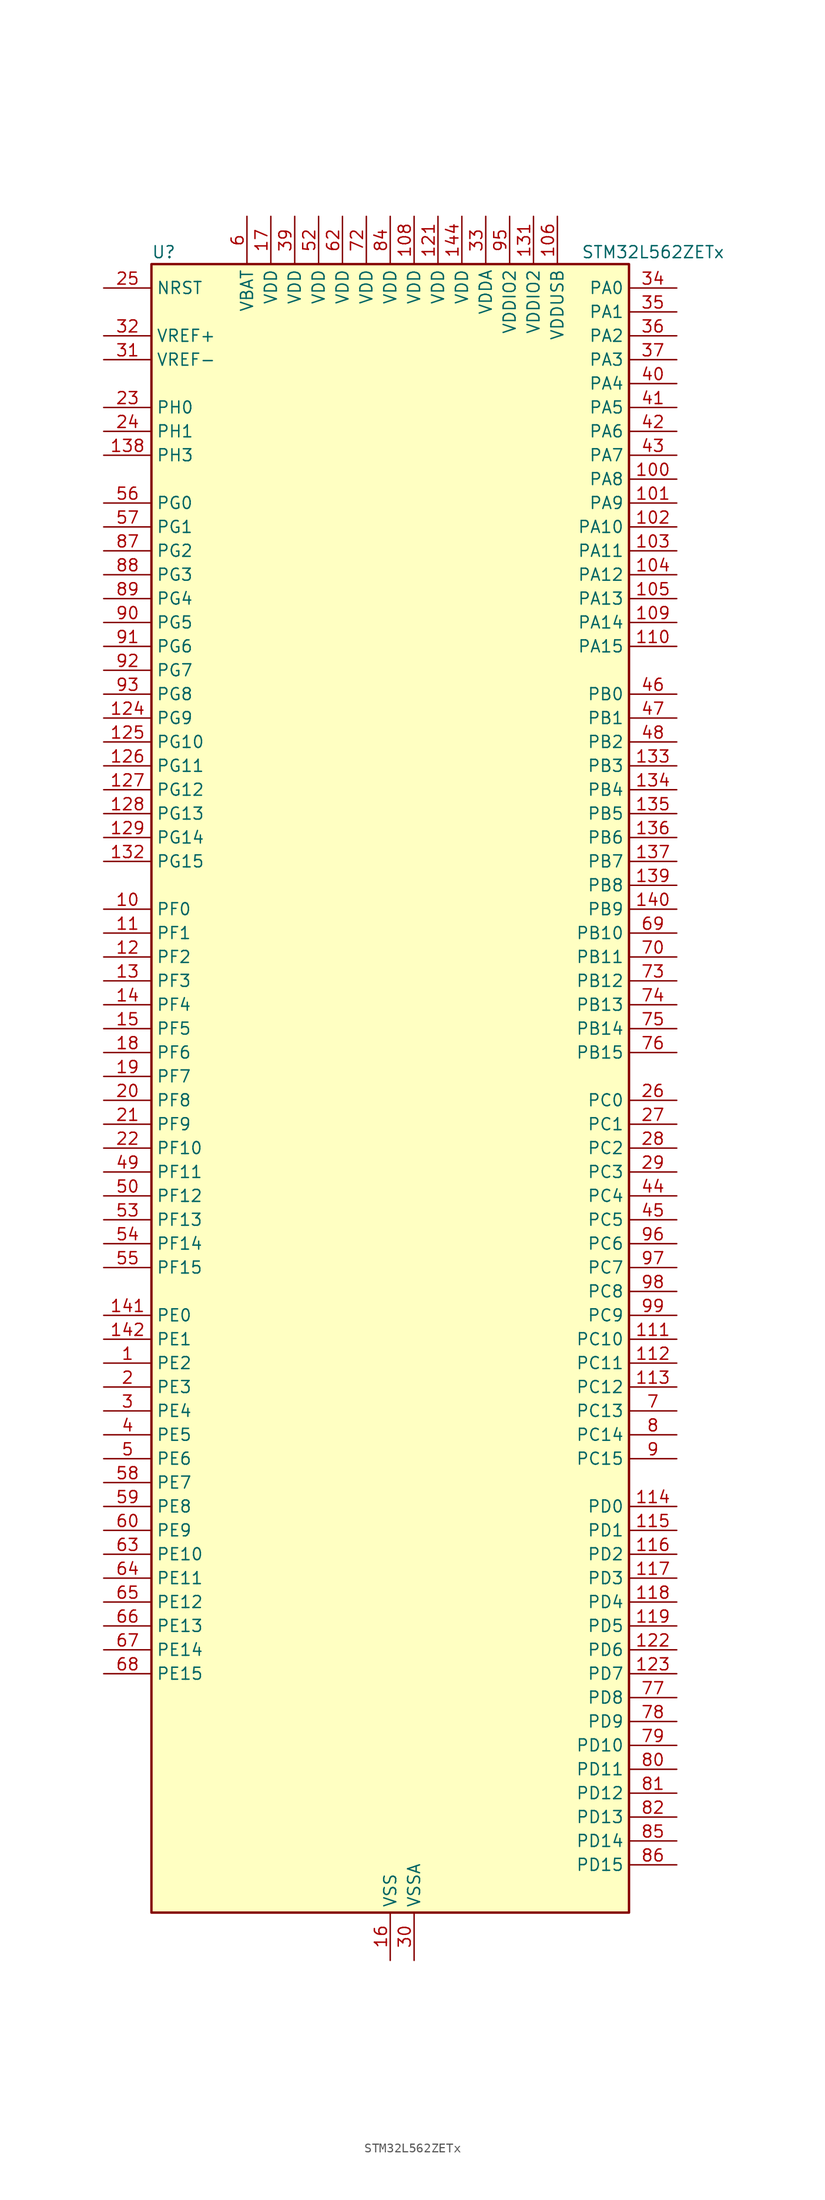
<source format=kicad_sym>
(kicad_symbol_lib
  (version 20220914)
  (generator kicad_symbol_editor)
  (symbol "STM32L562ZETx"
    (property "Reference" "U"
      (at -25.4 90.17 0)
      (effects (font (size 1.27 1.27)) (justify left)))
    (property "Value" "STM32L562ZETx"
      (at 20.32 90.17 0)
      (effects (font (size 1.27 1.27)) (justify left)))
    (property "ki_locked" ""
      (at 0 0 0)
      (effects (font (size 1.27 1.27))))
    (symbol "STM32L562ZETx_0_1"
      (rectangle (start -25.4 -86.36) (end 25.4 88.9) (stroke (width 0.254) (type default)) (fill (type background))))
    (symbol "STM32L562ZETx_1_1"
      (pin bidirectional line (at -30.48 -27.94 0) (length 5.08) (name "PE2" (effects (font (size 1.27 1.27)))) (number "1" (effects (font (size 1.27 1.27)))) (alternate "DEBUG_TRACECLK" bidirectional line) (alternate "FMC_A23" bidirectional line) (alternate "SAI1_CK1" bidirectional line) (alternate "SAI1_MCLK_A" bidirectional line) (alternate "TIM3_ETR" bidirectional line) (alternate "TSC_G7_IO1" bidirectional line))
      (pin bidirectional line (at -30.48 20.32 0) (length 5.08) (name "PF0" (effects (font (size 1.27 1.27)))) (number "10" (effects (font (size 1.27 1.27)))) (alternate "FMC_A0" bidirectional line) (alternate "I2C2_SDA" bidirectional line))
      (pin bidirectional line (at 30.48 66.04 180) (length 5.08) (name "PA8" (effects (font (size 1.27 1.27)))) (number "100" (effects (font (size 1.27 1.27)))) (alternate "LPTIM2_OUT" bidirectional line) (alternate "RCC_MCO" bidirectional line) (alternate "SAI1_CK2" bidirectional line) (alternate "SAI1_SCK_A" bidirectional line) (alternate "TIM1_CH1" bidirectional line) (alternate "USART1_CK" bidirectional line))
      (pin bidirectional line (at 30.48 63.5 180) (length 5.08) (name "PA9" (effects (font (size 1.27 1.27)))) (number "101" (effects (font (size 1.27 1.27)))) (alternate "DAC1_EXTI9" bidirectional line) (alternate "SAI1_FS_A" bidirectional line) (alternate "SPI2_SCK" bidirectional line) (alternate "TIM15_BKIN" bidirectional line) (alternate "TIM1_CH2" bidirectional line) (alternate "USART1_TX" bidirectional line))
      (pin bidirectional line (at 30.48 60.96 180) (length 5.08) (name "PA10" (effects (font (size 1.27 1.27)))) (number "102" (effects (font (size 1.27 1.27)))) (alternate "CRS_SYNC" bidirectional line) (alternate "SAI1_D1" bidirectional line) (alternate "SAI1_SD_A" bidirectional line) (alternate "TIM17_BKIN" bidirectional line) (alternate "TIM1_CH3" bidirectional line) (alternate "USART1_RX" bidirectional line))
      (pin bidirectional line (at 30.48 58.42 180) (length 5.08) (name "PA11" (effects (font (size 1.27 1.27)))) (number "103" (effects (font (size 1.27 1.27)))) (alternate "ADC1_EXTI11" bidirectional line) (alternate "ADC2_EXTI11" bidirectional line) (alternate "FDCAN1_RX" bidirectional line) (alternate "SPI1_MISO" bidirectional line) (alternate "TIM1_BKIN2" bidirectional line) (alternate "TIM1_CH4" bidirectional line) (alternate "USART1_CTS" bidirectional line) (alternate "USART1_NSS" bidirectional line) (alternate "USB_DM" bidirectional line))
      (pin bidirectional line (at 30.48 55.88 180) (length 5.08) (name "PA12" (effects (font (size 1.27 1.27)))) (number "104" (effects (font (size 1.27 1.27)))) (alternate "FDCAN1_TX" bidirectional line) (alternate "SPI1_MOSI" bidirectional line) (alternate "TIM1_ETR" bidirectional line) (alternate "USART1_DE" bidirectional line) (alternate "USART1_RTS" bidirectional line) (alternate "USB_DP" bidirectional line))
      (pin bidirectional line (at 30.48 53.34 180) (length 5.08) (name "PA13" (effects (font (size 1.27 1.27)))) (number "105" (effects (font (size 1.27 1.27)))) (alternate "DEBUG_JTMS-SWDIO" bidirectional line) (alternate "IR_OUT" bidirectional line) (alternate "SAI1_SD_B" bidirectional line) (alternate "USB_NOE" bidirectional line))
      (pin power_in line (at 17.78 93.98 270) (length 5.08) (name "VDDUSB" (effects (font (size 1.27 1.27)))) (number "106" (effects (font (size 1.27 1.27)))))
      (pin passive line (at 0 -91.44 90) (length 5.08) hide (name "VSS" (effects (font (size 1.27 1.27)))) (number "107" (effects (font (size 1.27 1.27)))))
      (pin power_in line (at 2.54 93.98 270) (length 5.08) (name "VDD" (effects (font (size 1.27 1.27)))) (number "108" (effects (font (size 1.27 1.27)))))
      (pin bidirectional line (at 30.48 50.8 180) (length 5.08) (name "PA14" (effects (font (size 1.27 1.27)))) (number "109" (effects (font (size 1.27 1.27)))) (alternate "DEBUG_JTCK-SWCLK" bidirectional line) (alternate "I2C1_SMBA" bidirectional line) (alternate "I2C4_SMBA" bidirectional line) (alternate "LPTIM1_OUT" bidirectional line) (alternate "SAI1_FS_B" bidirectional line))
      (pin bidirectional line (at -30.48 17.78 0) (length 5.08) (name "PF1" (effects (font (size 1.27 1.27)))) (number "11" (effects (font (size 1.27 1.27)))) (alternate "FMC_A1" bidirectional line) (alternate "I2C2_SCL" bidirectional line))
      (pin bidirectional line (at 30.48 48.26 180) (length 5.08) (name "PA15" (effects (font (size 1.27 1.27)))) (number "110" (effects (font (size 1.27 1.27)))) (alternate "ADC1_EXTI15" bidirectional line) (alternate "ADC2_EXTI15" bidirectional line) (alternate "DEBUG_JTDI" bidirectional line) (alternate "SAI2_FS_B" bidirectional line) (alternate "SPI1_NSS" bidirectional line) (alternate "SPI3_NSS" bidirectional line) (alternate "TIM2_CH1" bidirectional line) (alternate "TIM2_ETR" bidirectional line) (alternate "UART4_DE" bidirectional line) (alternate "UART4_RTS" bidirectional line) (alternate "UCPD1_CC1" bidirectional line) (alternate "USART2_RX" bidirectional line) (alternate "USART3_DE" bidirectional line) (alternate "USART3_RTS" bidirectional line))
      (pin bidirectional line (at 30.48 -25.4 180) (length 5.08) (name "PC10" (effects (font (size 1.27 1.27)))) (number "111" (effects (font (size 1.27 1.27)))) (alternate "DEBUG_TRACED1" bidirectional line) (alternate "LPTIM3_ETR" bidirectional line) (alternate "SAI2_SCK_B" bidirectional line) (alternate "SDMMC1_D2" bidirectional line) (alternate "SPI3_SCK" bidirectional line) (alternate "TSC_G3_IO2" bidirectional line) (alternate "UART4_TX" bidirectional line) (alternate "USART3_TX" bidirectional line))
      (pin bidirectional line (at 30.48 -27.94 180) (length 5.08) (name "PC11" (effects (font (size 1.27 1.27)))) (number "112" (effects (font (size 1.27 1.27)))) (alternate "ADC1_EXTI11" bidirectional line) (alternate "ADC2_EXTI11" bidirectional line) (alternate "LPTIM3_IN1" bidirectional line) (alternate "OCTOSPI1_NCS" bidirectional line) (alternate "SAI2_MCLK_B" bidirectional line) (alternate "SDMMC1_D3" bidirectional line) (alternate "SPI3_MISO" bidirectional line) (alternate "TSC_G3_IO3" bidirectional line) (alternate "UART4_RX" bidirectional line) (alternate "UCPD1_FRSTX2" bidirectional line) (alternate "USART3_RX" bidirectional line))
      (pin bidirectional line (at 30.48 -30.48 180) (length 5.08) (name "PC12" (effects (font (size 1.27 1.27)))) (number "113" (effects (font (size 1.27 1.27)))) (alternate "DEBUG_TRACED3" bidirectional line) (alternate "SAI2_SD_B" bidirectional line) (alternate "SDMMC1_CK" bidirectional line) (alternate "SPI3_MOSI" bidirectional line) (alternate "TSC_G3_IO4" bidirectional line) (alternate "UART5_TX" bidirectional line) (alternate "USART3_CK" bidirectional line))
      (pin bidirectional line (at 30.48 -43.18 180) (length 5.08) (name "PD0" (effects (font (size 1.27 1.27)))) (number "114" (effects (font (size 1.27 1.27)))) (alternate "FDCAN1_RX" bidirectional line) (alternate "FMC_D2" bidirectional line) (alternate "FMC_DA2" bidirectional line) (alternate "SPI2_NSS" bidirectional line))
      (pin bidirectional line (at 30.48 -45.72 180) (length 5.08) (name "PD1" (effects (font (size 1.27 1.27)))) (number "115" (effects (font (size 1.27 1.27)))) (alternate "FDCAN1_TX" bidirectional line) (alternate "FMC_D3" bidirectional line) (alternate "FMC_DA3" bidirectional line) (alternate "SPI2_SCK" bidirectional line))
      (pin bidirectional line (at 30.48 -48.26 180) (length 5.08) (name "PD2" (effects (font (size 1.27 1.27)))) (number "116" (effects (font (size 1.27 1.27)))) (alternate "DEBUG_TRACED2" bidirectional line) (alternate "SDMMC1_CMD" bidirectional line) (alternate "TIM3_ETR" bidirectional line) (alternate "TSC_SYNC" bidirectional line) (alternate "UART5_RX" bidirectional line) (alternate "USART3_DE" bidirectional line) (alternate "USART3_RTS" bidirectional line))
      (pin bidirectional line (at 30.48 -50.8 180) (length 5.08) (name "PD3" (effects (font (size 1.27 1.27)))) (number "117" (effects (font (size 1.27 1.27)))) (alternate "DFSDM1_DATIN0" bidirectional line) (alternate "FMC_CLK" bidirectional line) (alternate "SPI2_MISO" bidirectional line) (alternate "SPI2_SCK" bidirectional line) (alternate "USART2_CTS" bidirectional line) (alternate "USART2_NSS" bidirectional line))
      (pin bidirectional line (at 30.48 -53.34 180) (length 5.08) (name "PD4" (effects (font (size 1.27 1.27)))) (number "118" (effects (font (size 1.27 1.27)))) (alternate "DFSDM1_CKIN0" bidirectional line) (alternate "FMC_NOE" bidirectional line) (alternate "OCTOSPI1_IO4" bidirectional line) (alternate "SPI2_MOSI" bidirectional line) (alternate "USART2_DE" bidirectional line) (alternate "USART2_RTS" bidirectional line))
      (pin bidirectional line (at 30.48 -55.88 180) (length 5.08) (name "PD5" (effects (font (size 1.27 1.27)))) (number "119" (effects (font (size 1.27 1.27)))) (alternate "FMC_NWE" bidirectional line) (alternate "OCTOSPI1_IO5" bidirectional line) (alternate "USART2_TX" bidirectional line))
      (pin bidirectional line (at -30.48 15.24 0) (length 5.08) (name "PF2" (effects (font (size 1.27 1.27)))) (number "12" (effects (font (size 1.27 1.27)))) (alternate "FMC_A2" bidirectional line) (alternate "I2C2_SMBA" bidirectional line))
      (pin passive line (at 0 -91.44 90) (length 5.08) hide (name "VSS" (effects (font (size 1.27 1.27)))) (number "120" (effects (font (size 1.27 1.27)))))
      (pin power_in line (at 5.08 93.98 270) (length 5.08) (name "VDD" (effects (font (size 1.27 1.27)))) (number "121" (effects (font (size 1.27 1.27)))))
      (pin bidirectional line (at 30.48 -58.42 180) (length 5.08) (name "PD6" (effects (font (size 1.27 1.27)))) (number "122" (effects (font (size 1.27 1.27)))) (alternate "DFSDM1_DATIN1" bidirectional line) (alternate "FMC_NWAIT" bidirectional line) (alternate "OCTOSPI1_IO6" bidirectional line) (alternate "SAI1_D1" bidirectional line) (alternate "SAI1_SD_A" bidirectional line) (alternate "SPI3_MOSI" bidirectional line) (alternate "USART2_RX" bidirectional line))
      (pin bidirectional line (at 30.48 -60.96 180) (length 5.08) (name "PD7" (effects (font (size 1.27 1.27)))) (number "123" (effects (font (size 1.27 1.27)))) (alternate "DFSDM1_CKIN1" bidirectional line) (alternate "FMC_NCE" bidirectional line) (alternate "FMC_NE1" bidirectional line) (alternate "OCTOSPI1_IO7" bidirectional line) (alternate "USART2_CK" bidirectional line))
      (pin bidirectional line (at -30.48 40.64 0) (length 5.08) (name "PG9" (effects (font (size 1.27 1.27)))) (number "124" (effects (font (size 1.27 1.27)))) (alternate "DAC1_EXTI9" bidirectional line) (alternate "FMC_NCE" bidirectional line) (alternate "FMC_NE2" bidirectional line) (alternate "SAI2_SCK_A" bidirectional line) (alternate "SPI3_SCK" bidirectional line) (alternate "TIM15_CH1N" bidirectional line) (alternate "USART1_TX" bidirectional line))
      (pin bidirectional line (at -30.48 38.1 0) (length 5.08) (name "PG10" (effects (font (size 1.27 1.27)))) (number "125" (effects (font (size 1.27 1.27)))) (alternate "FMC_NE3" bidirectional line) (alternate "LPTIM1_IN1" bidirectional line) (alternate "SAI2_FS_A" bidirectional line) (alternate "SPI3_MISO" bidirectional line) (alternate "TIM15_CH1" bidirectional line) (alternate "USART1_RX" bidirectional line))
      (pin bidirectional line (at -30.48 35.56 0) (length 5.08) (name "PG11" (effects (font (size 1.27 1.27)))) (number "126" (effects (font (size 1.27 1.27)))) (alternate "ADC1_EXTI11" bidirectional line) (alternate "ADC2_EXTI11" bidirectional line) (alternate "LPTIM1_IN2" bidirectional line) (alternate "OCTOSPI1_IO5" bidirectional line) (alternate "SAI2_MCLK_A" bidirectional line) (alternate "SPI3_MOSI" bidirectional line) (alternate "TIM15_CH2" bidirectional line) (alternate "USART1_CTS" bidirectional line) (alternate "USART1_NSS" bidirectional line))
      (pin bidirectional line (at -30.48 33.02 0) (length 5.08) (name "PG12" (effects (font (size 1.27 1.27)))) (number "127" (effects (font (size 1.27 1.27)))) (alternate "FMC_NE4" bidirectional line) (alternate "LPTIM1_ETR" bidirectional line) (alternate "SAI2_SD_A" bidirectional line) (alternate "SPI3_NSS" bidirectional line) (alternate "USART1_DE" bidirectional line) (alternate "USART1_RTS" bidirectional line))
      (pin bidirectional line (at -30.48 30.48 0) (length 5.08) (name "PG13" (effects (font (size 1.27 1.27)))) (number "128" (effects (font (size 1.27 1.27)))) (alternate "FMC_A24" bidirectional line) (alternate "I2C1_SDA" bidirectional line) (alternate "USART1_CK" bidirectional line))
      (pin bidirectional line (at -30.48 27.94 0) (length 5.08) (name "PG14" (effects (font (size 1.27 1.27)))) (number "129" (effects (font (size 1.27 1.27)))) (alternate "FMC_A25" bidirectional line) (alternate "I2C1_SCL" bidirectional line))
      (pin bidirectional line (at -30.48 12.7 0) (length 5.08) (name "PF3" (effects (font (size 1.27 1.27)))) (number "13" (effects (font (size 1.27 1.27)))) (alternate "FMC_A3" bidirectional line) (alternate "LPTIM3_IN1" bidirectional line))
      (pin passive line (at 0 -91.44 90) (length 5.08) hide (name "VSS" (effects (font (size 1.27 1.27)))) (number "130" (effects (font (size 1.27 1.27)))))
      (pin power_in line (at 15.24 93.98 270) (length 5.08) (name "VDDIO2" (effects (font (size 1.27 1.27)))) (number "131" (effects (font (size 1.27 1.27)))))
      (pin bidirectional line (at -30.48 25.4 0) (length 5.08) (name "PG15" (effects (font (size 1.27 1.27)))) (number "132" (effects (font (size 1.27 1.27)))) (alternate "ADC1_EXTI15" bidirectional line) (alternate "ADC2_EXTI15" bidirectional line) (alternate "I2C1_SMBA" bidirectional line) (alternate "LPTIM1_OUT" bidirectional line))
      (pin bidirectional line (at 30.48 35.56 180) (length 5.08) (name "PB3" (effects (font (size 1.27 1.27)))) (number "133" (effects (font (size 1.27 1.27)))) (alternate "COMP2_INM" bidirectional line) (alternate "CRS_SYNC" bidirectional line) (alternate "DEBUG_JTDO-SWO" bidirectional line) (alternate "SAI1_SCK_B" bidirectional line) (alternate "SPI1_SCK" bidirectional line) (alternate "SPI3_SCK" bidirectional line) (alternate "TIM2_CH2" bidirectional line) (alternate "USART1_DE" bidirectional line) (alternate "USART1_RTS" bidirectional line))
      (pin bidirectional line (at 30.48 33.02 180) (length 5.08) (name "PB4" (effects (font (size 1.27 1.27)))) (number "134" (effects (font (size 1.27 1.27)))) (alternate "COMP2_INP" bidirectional line) (alternate "DEBUG_JTRST" bidirectional line) (alternate "I2C3_SDA" bidirectional line) (alternate "SAI1_MCLK_B" bidirectional line) (alternate "SPI1_MISO" bidirectional line) (alternate "SPI3_MISO" bidirectional line) (alternate "TIM17_BKIN" bidirectional line) (alternate "TIM3_CH1" bidirectional line) (alternate "TSC_G2_IO1" bidirectional line) (alternate "UART5_DE" bidirectional line) (alternate "UART5_RTS" bidirectional line) (alternate "USART1_CTS" bidirectional line) (alternate "USART1_NSS" bidirectional line))
      (pin bidirectional line (at 30.48 30.48 180) (length 5.08) (name "PB5" (effects (font (size 1.27 1.27)))) (number "135" (effects (font (size 1.27 1.27)))) (alternate "COMP2_OUT" bidirectional line) (alternate "I2C1_SMBA" bidirectional line) (alternate "LPTIM1_IN1" bidirectional line) (alternate "OCTOSPI1_NCLK" bidirectional line) (alternate "SAI1_SD_B" bidirectional line) (alternate "SPI1_MOSI" bidirectional line) (alternate "SPI3_MOSI" bidirectional line) (alternate "TIM16_BKIN" bidirectional line) (alternate "TIM3_CH2" bidirectional line) (alternate "TSC_G2_IO2" bidirectional line) (alternate "UART5_CTS" bidirectional line) (alternate "UCPD1_DBCC1" bidirectional line) (alternate "USART1_CK" bidirectional line))
      (pin bidirectional line (at 30.48 27.94 180) (length 5.08) (name "PB6" (effects (font (size 1.27 1.27)))) (number "136" (effects (font (size 1.27 1.27)))) (alternate "COMP2_INP" bidirectional line) (alternate "I2C1_SCL" bidirectional line) (alternate "I2C4_SCL" bidirectional line) (alternate "LPTIM1_ETR" bidirectional line) (alternate "SAI1_FS_B" bidirectional line) (alternate "TIM16_CH1N" bidirectional line) (alternate "TIM4_CH1" bidirectional line) (alternate "TIM8_BKIN2" bidirectional line) (alternate "TSC_G2_IO3" bidirectional line) (alternate "USART1_TX" bidirectional line))
      (pin bidirectional line (at 30.48 25.4 180) (length 5.08) (name "PB7" (effects (font (size 1.27 1.27)))) (number "137" (effects (font (size 1.27 1.27)))) (alternate "COMP2_INM" bidirectional line) (alternate "FMC_NL" bidirectional line) (alternate "I2C1_SDA" bidirectional line) (alternate "I2C4_SDA" bidirectional line) (alternate "LPTIM1_IN2" bidirectional line) (alternate "PWR_PVD_IN" bidirectional line) (alternate "TIM17_CH1N" bidirectional line) (alternate "TIM4_CH2" bidirectional line) (alternate "TIM8_BKIN" bidirectional line) (alternate "TSC_G2_IO4" bidirectional line) (alternate "UART4_CTS" bidirectional line) (alternate "USART1_RX" bidirectional line))
      (pin bidirectional line (at -30.48 68.58 0) (length 5.08) (name "PH3" (effects (font (size 1.27 1.27)))) (number "138" (effects (font (size 1.27 1.27)))))
      (pin bidirectional line (at 30.48 22.86 180) (length 5.08) (name "PB8" (effects (font (size 1.27 1.27)))) (number "139" (effects (font (size 1.27 1.27)))) (alternate "DFSDM1_CKOUT" bidirectional line) (alternate "FDCAN1_RX" bidirectional line) (alternate "I2C1_SCL" bidirectional line) (alternate "SAI1_CK1" bidirectional line) (alternate "SAI1_MCLK_A" bidirectional line) (alternate "SDMMC1_CKIN" bidirectional line) (alternate "SDMMC1_D4" bidirectional line) (alternate "TIM16_CH1" bidirectional line) (alternate "TIM4_CH3" bidirectional line))
      (pin bidirectional line (at -30.48 10.16 0) (length 5.08) (name "PF4" (effects (font (size 1.27 1.27)))) (number "14" (effects (font (size 1.27 1.27)))) (alternate "FMC_A4" bidirectional line) (alternate "LPTIM3_ETR" bidirectional line))
      (pin bidirectional line (at 30.48 20.32 180) (length 5.08) (name "PB9" (effects (font (size 1.27 1.27)))) (number "140" (effects (font (size 1.27 1.27)))) (alternate "DAC1_EXTI9" bidirectional line) (alternate "FDCAN1_TX" bidirectional line) (alternate "I2C1_SDA" bidirectional line) (alternate "IR_OUT" bidirectional line) (alternate "SAI1_D2" bidirectional line) (alternate "SAI1_FS_A" bidirectional line) (alternate "SDMMC1_CDIR" bidirectional line) (alternate "SDMMC1_D5" bidirectional line) (alternate "SPI2_NSS" bidirectional line) (alternate "TIM17_CH1" bidirectional line) (alternate "TIM4_CH4" bidirectional line))
      (pin bidirectional line (at -30.48 -22.86 0) (length 5.08) (name "PE0" (effects (font (size 1.27 1.27)))) (number "141" (effects (font (size 1.27 1.27)))) (alternate "FMC_NBL0" bidirectional line) (alternate "TIM16_CH1" bidirectional line) (alternate "TIM4_ETR" bidirectional line))
      (pin bidirectional line (at -30.48 -25.4 0) (length 5.08) (name "PE1" (effects (font (size 1.27 1.27)))) (number "142" (effects (font (size 1.27 1.27)))) (alternate "FMC_NBL1" bidirectional line) (alternate "TIM17_CH1" bidirectional line))
      (pin passive line (at 0 -91.44 90) (length 5.08) hide (name "VSS" (effects (font (size 1.27 1.27)))) (number "143" (effects (font (size 1.27 1.27)))))
      (pin power_in line (at 7.62 93.98 270) (length 5.08) (name "VDD" (effects (font (size 1.27 1.27)))) (number "144" (effects (font (size 1.27 1.27)))))
      (pin bidirectional line (at -30.48 7.62 0) (length 5.08) (name "PF5" (effects (font (size 1.27 1.27)))) (number "15" (effects (font (size 1.27 1.27)))) (alternate "FMC_A5" bidirectional line) (alternate "LPTIM3_OUT" bidirectional line))
      (pin power_in line (at 0 -91.44 90) (length 5.08) (name "VSS" (effects (font (size 1.27 1.27)))) (number "16" (effects (font (size 1.27 1.27)))))
      (pin power_in line (at -12.7 93.98 270) (length 5.08) (name "VDD" (effects (font (size 1.27 1.27)))) (number "17" (effects (font (size 1.27 1.27)))))
      (pin bidirectional line (at -30.48 5.08 0) (length 5.08) (name "PF6" (effects (font (size 1.27 1.27)))) (number "18" (effects (font (size 1.27 1.27)))) (alternate "OCTOSPI1_IO3" bidirectional line) (alternate "SAI1_SD_B" bidirectional line) (alternate "TIM5_CH1" bidirectional line) (alternate "TIM5_ETR" bidirectional line))
      (pin bidirectional line (at -30.48 2.54 0) (length 5.08) (name "PF7" (effects (font (size 1.27 1.27)))) (number "19" (effects (font (size 1.27 1.27)))) (alternate "OCTOSPI1_IO2" bidirectional line) (alternate "SAI1_MCLK_B" bidirectional line) (alternate "TAMP_IN6" bidirectional line) (alternate "TAMP_OUT3" bidirectional line) (alternate "TIM5_CH2" bidirectional line))
      (pin bidirectional line (at -30.48 -30.48 0) (length 5.08) (name "PE3" (effects (font (size 1.27 1.27)))) (number "2" (effects (font (size 1.27 1.27)))) (alternate "DEBUG_TRACED0" bidirectional line) (alternate "FMC_A19" bidirectional line) (alternate "OCTOSPI1_DQS" bidirectional line) (alternate "SAI1_SD_B" bidirectional line) (alternate "TIM3_CH1" bidirectional line) (alternate "TSC_G7_IO2" bidirectional line))
      (pin bidirectional line (at -30.48 0 0) (length 5.08) (name "PF8" (effects (font (size 1.27 1.27)))) (number "20" (effects (font (size 1.27 1.27)))) (alternate "OCTOSPI1_IO0" bidirectional line) (alternate "SAI1_SCK_B" bidirectional line) (alternate "TAMP_IN7" bidirectional line) (alternate "TAMP_OUT8" bidirectional line) (alternate "TIM5_CH3" bidirectional line))
      (pin bidirectional line (at -30.48 -2.54 0) (length 5.08) (name "PF9" (effects (font (size 1.27 1.27)))) (number "21" (effects (font (size 1.27 1.27)))) (alternate "DAC1_EXTI9" bidirectional line) (alternate "OCTOSPI1_IO1" bidirectional line) (alternate "SAI1_FS_B" bidirectional line) (alternate "TAMP_IN8" bidirectional line) (alternate "TAMP_OUT7" bidirectional line) (alternate "TIM15_CH1" bidirectional line) (alternate "TIM5_CH4" bidirectional line))
      (pin bidirectional line (at -30.48 -5.08 0) (length 5.08) (name "PF10" (effects (font (size 1.27 1.27)))) (number "22" (effects (font (size 1.27 1.27)))) (alternate "DFSDM1_CKOUT" bidirectional line) (alternate "OCTOSPI1_CLK" bidirectional line) (alternate "SAI1_D3" bidirectional line) (alternate "TIM15_CH2" bidirectional line))
      (pin bidirectional line (at -30.48 73.66 0) (length 5.08) (name "PH0" (effects (font (size 1.27 1.27)))) (number "23" (effects (font (size 1.27 1.27)))) (alternate "RCC_OSC_IN" bidirectional line))
      (pin bidirectional line (at -30.48 71.12 0) (length 5.08) (name "PH1" (effects (font (size 1.27 1.27)))) (number "24" (effects (font (size 1.27 1.27)))) (alternate "RCC_OSC_OUT" bidirectional line))
      (pin input line (at -30.48 86.36 0) (length 5.08) (name "NRST" (effects (font (size 1.27 1.27)))) (number "25" (effects (font (size 1.27 1.27)))))
      (pin bidirectional line (at 30.48 0 180) (length 5.08) (name "PC0" (effects (font (size 1.27 1.27)))) (number "26" (effects (font (size 1.27 1.27)))) (alternate "ADC1_IN1" bidirectional line) (alternate "ADC2_IN1" bidirectional line) (alternate "I2C3_SCL" bidirectional line) (alternate "LPTIM1_IN1" bidirectional line) (alternate "LPTIM2_IN1" bidirectional line) (alternate "LPUART1_RX" bidirectional line) (alternate "OCTOSPI1_IO7" bidirectional line) (alternate "SAI2_FS_A" bidirectional line) (alternate "SDMMC1_D5" bidirectional line))
      (pin bidirectional line (at 30.48 -2.54 180) (length 5.08) (name "PC1" (effects (font (size 1.27 1.27)))) (number "27" (effects (font (size 1.27 1.27)))) (alternate "ADC1_IN2" bidirectional line) (alternate "ADC2_IN2" bidirectional line) (alternate "DEBUG_TRACED0" bidirectional line) (alternate "I2C3_SDA" bidirectional line) (alternate "LPTIM1_OUT" bidirectional line) (alternate "LPUART1_TX" bidirectional line) (alternate "OCTOSPI1_IO4" bidirectional line) (alternate "SAI1_SD_A" bidirectional line) (alternate "SPI2_MOSI" bidirectional line))
      (pin bidirectional line (at 30.48 -5.08 180) (length 5.08) (name "PC2" (effects (font (size 1.27 1.27)))) (number "28" (effects (font (size 1.27 1.27)))) (alternate "ADC1_IN3" bidirectional line) (alternate "ADC2_IN3" bidirectional line) (alternate "DFSDM1_CKOUT" bidirectional line) (alternate "LPTIM1_IN2" bidirectional line) (alternate "OCTOSPI1_IO5" bidirectional line) (alternate "SPI2_MISO" bidirectional line))
      (pin bidirectional line (at 30.48 -7.62 180) (length 5.08) (name "PC3" (effects (font (size 1.27 1.27)))) (number "29" (effects (font (size 1.27 1.27)))) (alternate "ADC1_IN4" bidirectional line) (alternate "ADC2_IN4" bidirectional line) (alternate "LPTIM1_ETR" bidirectional line) (alternate "LPTIM2_ETR" bidirectional line) (alternate "LPTIM3_OUT" bidirectional line) (alternate "OCTOSPI1_IO6" bidirectional line) (alternate "SAI1_D1" bidirectional line) (alternate "SAI1_SD_A" bidirectional line) (alternate "SPI2_MOSI" bidirectional line))
      (pin bidirectional line (at -30.48 -33.02 0) (length 5.08) (name "PE4" (effects (font (size 1.27 1.27)))) (number "3" (effects (font (size 1.27 1.27)))) (alternate "DEBUG_TRACED1" bidirectional line) (alternate "DFSDM1_DATIN3" bidirectional line) (alternate "FMC_A20" bidirectional line) (alternate "SAI1_D2" bidirectional line) (alternate "SAI1_FS_A" bidirectional line) (alternate "TIM3_CH2" bidirectional line) (alternate "TSC_G7_IO3" bidirectional line))
      (pin power_in line (at 2.54 -91.44 90) (length 5.08) (name "VSSA" (effects (font (size 1.27 1.27)))) (number "30" (effects (font (size 1.27 1.27)))))
      (pin input line (at -30.48 78.74 0) (length 5.08) (name "VREF-" (effects (font (size 1.27 1.27)))) (number "31" (effects (font (size 1.27 1.27)))))
      (pin input line (at -30.48 81.28 0) (length 5.08) (name "VREF+" (effects (font (size 1.27 1.27)))) (number "32" (effects (font (size 1.27 1.27)))))
      (pin power_in line (at 10.16 93.98 270) (length 5.08) (name "VDDA" (effects (font (size 1.27 1.27)))) (number "33" (effects (font (size 1.27 1.27)))))
      (pin bidirectional line (at 30.48 86.36 180) (length 5.08) (name "PA0" (effects (font (size 1.27 1.27)))) (number "34" (effects (font (size 1.27 1.27)))) (alternate "ADC1_IN5" bidirectional line) (alternate "ADC2_IN5" bidirectional line) (alternate "OPAMP1_VINP" bidirectional line) (alternate "PWR_WKUP1" bidirectional line) (alternate "SAI1_EXTCLK" bidirectional line) (alternate "TAMP_IN2" bidirectional line) (alternate "TAMP_OUT1" bidirectional line) (alternate "TIM2_CH1" bidirectional line) (alternate "TIM2_ETR" bidirectional line) (alternate "TIM5_CH1" bidirectional line) (alternate "TIM8_ETR" bidirectional line) (alternate "UART4_TX" bidirectional line) (alternate "USART2_CTS" bidirectional line) (alternate "USART2_NSS" bidirectional line))
      (pin bidirectional line (at 30.48 83.82 180) (length 5.08) (name "PA1" (effects (font (size 1.27 1.27)))) (number "35" (effects (font (size 1.27 1.27)))) (alternate "ADC1_IN6" bidirectional line) (alternate "ADC2_IN6" bidirectional line) (alternate "I2C1_SMBA" bidirectional line) (alternate "OCTOSPI1_DQS" bidirectional line) (alternate "OPAMP1_VINM" bidirectional line) (alternate "SPI1_SCK" bidirectional line) (alternate "TAMP_IN5" bidirectional line) (alternate "TAMP_OUT4" bidirectional line) (alternate "TIM15_CH1N" bidirectional line) (alternate "TIM2_CH2" bidirectional line) (alternate "TIM5_CH2" bidirectional line) (alternate "UART4_RX" bidirectional line) (alternate "USART2_DE" bidirectional line) (alternate "USART2_RTS" bidirectional line))
      (pin bidirectional line (at 30.48 81.28 180) (length 5.08) (name "PA2" (effects (font (size 1.27 1.27)))) (number "36" (effects (font (size 1.27 1.27)))) (alternate "ADC1_IN7" bidirectional line) (alternate "ADC2_IN7" bidirectional line) (alternate "COMP1_INP" bidirectional line) (alternate "LPUART1_TX" bidirectional line) (alternate "OCTOSPI1_NCS" bidirectional line) (alternate "PWR_WKUP4" bidirectional line) (alternate "RCC_LSCO" bidirectional line) (alternate "SAI2_EXTCLK" bidirectional line) (alternate "TIM15_CH1" bidirectional line) (alternate "TIM2_CH3" bidirectional line) (alternate "TIM5_CH3" bidirectional line) (alternate "UCPD1_FRSTX1" bidirectional line) (alternate "USART2_TX" bidirectional line))
      (pin bidirectional line (at 30.48 78.74 180) (length 5.08) (name "PA3" (effects (font (size 1.27 1.27)))) (number "37" (effects (font (size 1.27 1.27)))) (alternate "ADC1_IN8" bidirectional line) (alternate "ADC2_IN8" bidirectional line) (alternate "LPUART1_RX" bidirectional line) (alternate "OCTOSPI1_CLK" bidirectional line) (alternate "OPAMP1_VOUT" bidirectional line) (alternate "SAI1_CK1" bidirectional line) (alternate "SAI1_MCLK_A" bidirectional line) (alternate "TIM15_CH2" bidirectional line) (alternate "TIM2_CH4" bidirectional line) (alternate "TIM5_CH4" bidirectional line) (alternate "USART2_RX" bidirectional line))
      (pin passive line (at 0 -91.44 90) (length 5.08) hide (name "VSS" (effects (font (size 1.27 1.27)))) (number "38" (effects (font (size 1.27 1.27)))))
      (pin power_in line (at -10.16 93.98 270) (length 5.08) (name "VDD" (effects (font (size 1.27 1.27)))) (number "39" (effects (font (size 1.27 1.27)))))
      (pin bidirectional line (at -30.48 -35.56 0) (length 5.08) (name "PE5" (effects (font (size 1.27 1.27)))) (number "4" (effects (font (size 1.27 1.27)))) (alternate "DEBUG_TRACED2" bidirectional line) (alternate "DFSDM1_CKIN3" bidirectional line) (alternate "FMC_A21" bidirectional line) (alternate "SAI1_CK2" bidirectional line) (alternate "SAI1_SCK_A" bidirectional line) (alternate "TIM3_CH3" bidirectional line) (alternate "TSC_G7_IO4" bidirectional line))
      (pin bidirectional line (at 30.48 76.2 180) (length 5.08) (name "PA4" (effects (font (size 1.27 1.27)))) (number "40" (effects (font (size 1.27 1.27)))) (alternate "ADC1_IN9" bidirectional line) (alternate "ADC2_IN9" bidirectional line) (alternate "DAC1_OUT1" bidirectional line) (alternate "LPTIM2_OUT" bidirectional line) (alternate "OCTOSPI1_NCS" bidirectional line) (alternate "SAI1_FS_B" bidirectional line) (alternate "SPI1_NSS" bidirectional line) (alternate "SPI3_NSS" bidirectional line) (alternate "USART2_CK" bidirectional line))
      (pin bidirectional line (at 30.48 73.66 180) (length 5.08) (name "PA5" (effects (font (size 1.27 1.27)))) (number "41" (effects (font (size 1.27 1.27)))) (alternate "ADC1_IN10" bidirectional line) (alternate "ADC2_IN10" bidirectional line) (alternate "DAC1_OUT2" bidirectional line) (alternate "LPTIM2_ETR" bidirectional line) (alternate "SPI1_SCK" bidirectional line) (alternate "TIM2_CH1" bidirectional line) (alternate "TIM2_ETR" bidirectional line) (alternate "TIM8_CH1N" bidirectional line))
      (pin bidirectional line (at 30.48 71.12 180) (length 5.08) (name "PA6" (effects (font (size 1.27 1.27)))) (number "42" (effects (font (size 1.27 1.27)))) (alternate "ADC1_IN11" bidirectional line) (alternate "ADC2_IN11" bidirectional line) (alternate "LPUART1_CTS" bidirectional line) (alternate "OCTOSPI1_IO3" bidirectional line) (alternate "OPAMP2_VINP" bidirectional line) (alternate "SPI1_MISO" bidirectional line) (alternate "TIM16_CH1" bidirectional line) (alternate "TIM1_BKIN" bidirectional line) (alternate "TIM3_CH1" bidirectional line) (alternate "TIM8_BKIN" bidirectional line) (alternate "USART3_CTS" bidirectional line) (alternate "USART3_NSS" bidirectional line))
      (pin bidirectional line (at 30.48 68.58 180) (length 5.08) (name "PA7" (effects (font (size 1.27 1.27)))) (number "43" (effects (font (size 1.27 1.27)))) (alternate "ADC1_IN12" bidirectional line) (alternate "ADC2_IN12" bidirectional line) (alternate "I2C3_SCL" bidirectional line) (alternate "OCTOSPI1_IO2" bidirectional line) (alternate "OPAMP2_VINM" bidirectional line) (alternate "SPI1_MOSI" bidirectional line) (alternate "TIM17_CH1" bidirectional line) (alternate "TIM1_CH1N" bidirectional line) (alternate "TIM3_CH2" bidirectional line) (alternate "TIM8_CH1N" bidirectional line))
      (pin bidirectional line (at 30.48 -10.16 180) (length 5.08) (name "PC4" (effects (font (size 1.27 1.27)))) (number "44" (effects (font (size 1.27 1.27)))) (alternate "ADC1_IN13" bidirectional line) (alternate "ADC2_IN13" bidirectional line) (alternate "COMP1_INM" bidirectional line) (alternate "OCTOSPI1_IO7" bidirectional line) (alternate "USART3_TX" bidirectional line))
      (pin bidirectional line (at 30.48 -12.7 180) (length 5.08) (name "PC5" (effects (font (size 1.27 1.27)))) (number "45" (effects (font (size 1.27 1.27)))) (alternate "ADC1_IN14" bidirectional line) (alternate "ADC2_IN14" bidirectional line) (alternate "COMP1_INP" bidirectional line) (alternate "PWR_WKUP5" bidirectional line) (alternate "SAI1_D3" bidirectional line) (alternate "TAMP_IN4" bidirectional line) (alternate "TAMP_OUT5" bidirectional line) (alternate "USART3_RX" bidirectional line))
      (pin bidirectional line (at 30.48 43.18 180) (length 5.08) (name "PB0" (effects (font (size 1.27 1.27)))) (number "46" (effects (font (size 1.27 1.27)))) (alternate "ADC1_IN15" bidirectional line) (alternate "ADC2_IN15" bidirectional line) (alternate "COMP1_OUT" bidirectional line) (alternate "OCTOSPI1_IO1" bidirectional line) (alternate "OPAMP2_VOUT" bidirectional line) (alternate "SAI1_EXTCLK" bidirectional line) (alternate "SPI1_NSS" bidirectional line) (alternate "TIM1_CH2N" bidirectional line) (alternate "TIM3_CH3" bidirectional line) (alternate "TIM8_CH2N" bidirectional line) (alternate "USART3_CK" bidirectional line))
      (pin bidirectional line (at 30.48 40.64 180) (length 5.08) (name "PB1" (effects (font (size 1.27 1.27)))) (number "47" (effects (font (size 1.27 1.27)))) (alternate "ADC1_IN16" bidirectional line) (alternate "ADC2_IN16" bidirectional line) (alternate "COMP1_INM" bidirectional line) (alternate "DFSDM1_DATIN0" bidirectional line) (alternate "LPTIM2_IN1" bidirectional line) (alternate "LPUART1_DE" bidirectional line) (alternate "LPUART1_RTS" bidirectional line) (alternate "OCTOSPI1_IO0" bidirectional line) (alternate "TIM1_CH3N" bidirectional line) (alternate "TIM3_CH4" bidirectional line) (alternate "TIM8_CH3N" bidirectional line) (alternate "USART3_DE" bidirectional line) (alternate "USART3_RTS" bidirectional line))
      (pin bidirectional line (at 30.48 38.1 180) (length 5.08) (name "PB2" (effects (font (size 1.27 1.27)))) (number "48" (effects (font (size 1.27 1.27)))) (alternate "COMP1_INP" bidirectional line) (alternate "DFSDM1_CKIN0" bidirectional line) (alternate "I2C3_SMBA" bidirectional line) (alternate "LPTIM1_OUT" bidirectional line) (alternate "OCTOSPI1_DQS" bidirectional line) (alternate "RTC_OUT2" bidirectional line) (alternate "UCPD1_FRSTX1" bidirectional line))
      (pin bidirectional line (at -30.48 -7.62 0) (length 5.08) (name "PF11" (effects (font (size 1.27 1.27)))) (number "49" (effects (font (size 1.27 1.27)))) (alternate "ADC1_EXTI11" bidirectional line) (alternate "ADC2_EXTI11" bidirectional line) (alternate "OCTOSPI1_NCLK" bidirectional line))
      (pin bidirectional line (at -30.48 -38.1 0) (length 5.08) (name "PE6" (effects (font (size 1.27 1.27)))) (number "5" (effects (font (size 1.27 1.27)))) (alternate "DEBUG_TRACED3" bidirectional line) (alternate "FMC_A22" bidirectional line) (alternate "PWR_WKUP3" bidirectional line) (alternate "SAI1_D1" bidirectional line) (alternate "SAI1_SD_A" bidirectional line) (alternate "TAMP_IN3" bidirectional line) (alternate "TAMP_OUT6" bidirectional line) (alternate "TIM3_CH4" bidirectional line))
      (pin bidirectional line (at -30.48 -10.16 0) (length 5.08) (name "PF12" (effects (font (size 1.27 1.27)))) (number "50" (effects (font (size 1.27 1.27)))) (alternate "FMC_A6" bidirectional line))
      (pin passive line (at 0 -91.44 90) (length 5.08) hide (name "VSS" (effects (font (size 1.27 1.27)))) (number "51" (effects (font (size 1.27 1.27)))))
      (pin power_in line (at -7.62 93.98 270) (length 5.08) (name "VDD" (effects (font (size 1.27 1.27)))) (number "52" (effects (font (size 1.27 1.27)))))
      (pin bidirectional line (at -30.48 -12.7 0) (length 5.08) (name "PF13" (effects (font (size 1.27 1.27)))) (number "53" (effects (font (size 1.27 1.27)))) (alternate "FMC_A7" bidirectional line) (alternate "I2C4_SMBA" bidirectional line))
      (pin bidirectional line (at -30.48 -15.24 0) (length 5.08) (name "PF14" (effects (font (size 1.27 1.27)))) (number "54" (effects (font (size 1.27 1.27)))) (alternate "FMC_A8" bidirectional line) (alternate "I2C4_SCL" bidirectional line) (alternate "TSC_G8_IO1" bidirectional line))
      (pin bidirectional line (at -30.48 -17.78 0) (length 5.08) (name "PF15" (effects (font (size 1.27 1.27)))) (number "55" (effects (font (size 1.27 1.27)))) (alternate "ADC1_EXTI15" bidirectional line) (alternate "ADC2_EXTI15" bidirectional line) (alternate "FMC_A9" bidirectional line) (alternate "I2C4_SDA" bidirectional line) (alternate "TSC_G8_IO2" bidirectional line))
      (pin bidirectional line (at -30.48 63.5 0) (length 5.08) (name "PG0" (effects (font (size 1.27 1.27)))) (number "56" (effects (font (size 1.27 1.27)))) (alternate "FMC_A10" bidirectional line) (alternate "TSC_G8_IO3" bidirectional line))
      (pin bidirectional line (at -30.48 60.96 0) (length 5.08) (name "PG1" (effects (font (size 1.27 1.27)))) (number "57" (effects (font (size 1.27 1.27)))) (alternate "FMC_A11" bidirectional line) (alternate "TSC_G8_IO4" bidirectional line))
      (pin bidirectional line (at -30.48 -40.64 0) (length 5.08) (name "PE7" (effects (font (size 1.27 1.27)))) (number "58" (effects (font (size 1.27 1.27)))) (alternate "DFSDM1_DATIN2" bidirectional line) (alternate "FMC_D4" bidirectional line) (alternate "FMC_DA4" bidirectional line) (alternate "SAI1_SD_B" bidirectional line) (alternate "TIM1_ETR" bidirectional line))
      (pin bidirectional line (at -30.48 -43.18 0) (length 5.08) (name "PE8" (effects (font (size 1.27 1.27)))) (number "59" (effects (font (size 1.27 1.27)))) (alternate "DFSDM1_CKIN2" bidirectional line) (alternate "FMC_D5" bidirectional line) (alternate "FMC_DA5" bidirectional line) (alternate "SAI1_SCK_B" bidirectional line) (alternate "TIM1_CH1N" bidirectional line))
      (pin power_in line (at -15.24 93.98 270) (length 5.08) (name "VBAT" (effects (font (size 1.27 1.27)))) (number "6" (effects (font (size 1.27 1.27)))))
      (pin bidirectional line (at -30.48 -45.72 0) (length 5.08) (name "PE9" (effects (font (size 1.27 1.27)))) (number "60" (effects (font (size 1.27 1.27)))) (alternate "DAC1_EXTI9" bidirectional line) (alternate "DFSDM1_CKOUT" bidirectional line) (alternate "FMC_D6" bidirectional line) (alternate "FMC_DA6" bidirectional line) (alternate "OCTOSPI1_NCLK" bidirectional line) (alternate "SAI1_FS_B" bidirectional line) (alternate "TIM1_CH1" bidirectional line))
      (pin passive line (at 0 -91.44 90) (length 5.08) hide (name "VSS" (effects (font (size 1.27 1.27)))) (number "61" (effects (font (size 1.27 1.27)))))
      (pin power_in line (at -5.08 93.98 270) (length 5.08) (name "VDD" (effects (font (size 1.27 1.27)))) (number "62" (effects (font (size 1.27 1.27)))))
      (pin bidirectional line (at -30.48 -48.26 0) (length 5.08) (name "PE10" (effects (font (size 1.27 1.27)))) (number "63" (effects (font (size 1.27 1.27)))) (alternate "FMC_D7" bidirectional line) (alternate "FMC_DA7" bidirectional line) (alternate "OCTOSPI1_CLK" bidirectional line) (alternate "SAI1_MCLK_B" bidirectional line) (alternate "TIM1_CH2N" bidirectional line) (alternate "TSC_G5_IO1" bidirectional line))
      (pin bidirectional line (at -30.48 -50.8 0) (length 5.08) (name "PE11" (effects (font (size 1.27 1.27)))) (number "64" (effects (font (size 1.27 1.27)))) (alternate "ADC1_EXTI11" bidirectional line) (alternate "ADC2_EXTI11" bidirectional line) (alternate "FMC_D8" bidirectional line) (alternate "FMC_DA8" bidirectional line) (alternate "OCTOSPI1_NCS" bidirectional line) (alternate "TIM1_CH2" bidirectional line) (alternate "TSC_G5_IO2" bidirectional line))
      (pin bidirectional line (at -30.48 -53.34 0) (length 5.08) (name "PE12" (effects (font (size 1.27 1.27)))) (number "65" (effects (font (size 1.27 1.27)))) (alternate "FMC_D9" bidirectional line) (alternate "FMC_DA9" bidirectional line) (alternate "OCTOSPI1_IO0" bidirectional line) (alternate "SPI1_NSS" bidirectional line) (alternate "TIM1_CH3N" bidirectional line) (alternate "TSC_G5_IO3" bidirectional line))
      (pin bidirectional line (at -30.48 -55.88 0) (length 5.08) (name "PE13" (effects (font (size 1.27 1.27)))) (number "66" (effects (font (size 1.27 1.27)))) (alternate "FMC_D10" bidirectional line) (alternate "FMC_DA10" bidirectional line) (alternate "OCTOSPI1_IO1" bidirectional line) (alternate "SPI1_SCK" bidirectional line) (alternate "TIM1_CH3" bidirectional line) (alternate "TSC_G5_IO4" bidirectional line))
      (pin bidirectional line (at -30.48 -58.42 0) (length 5.08) (name "PE14" (effects (font (size 1.27 1.27)))) (number "67" (effects (font (size 1.27 1.27)))) (alternate "FMC_D11" bidirectional line) (alternate "FMC_DA11" bidirectional line) (alternate "OCTOSPI1_IO2" bidirectional line) (alternate "SPI1_MISO" bidirectional line) (alternate "TIM1_BKIN2" bidirectional line) (alternate "TIM1_CH4" bidirectional line))
      (pin bidirectional line (at -30.48 -60.96 0) (length 5.08) (name "PE15" (effects (font (size 1.27 1.27)))) (number "68" (effects (font (size 1.27 1.27)))) (alternate "ADC1_EXTI15" bidirectional line) (alternate "ADC2_EXTI15" bidirectional line) (alternate "FMC_D12" bidirectional line) (alternate "FMC_DA12" bidirectional line) (alternate "OCTOSPI1_IO3" bidirectional line) (alternate "SPI1_MOSI" bidirectional line) (alternate "TIM1_BKIN" bidirectional line))
      (pin bidirectional line (at 30.48 17.78 180) (length 5.08) (name "PB10" (effects (font (size 1.27 1.27)))) (number "69" (effects (font (size 1.27 1.27)))) (alternate "COMP1_OUT" bidirectional line) (alternate "I2C2_SCL" bidirectional line) (alternate "I2C4_SCL" bidirectional line) (alternate "LPTIM3_OUT" bidirectional line) (alternate "LPUART1_RX" bidirectional line) (alternate "OCTOSPI1_CLK" bidirectional line) (alternate "SAI1_SCK_A" bidirectional line) (alternate "SPI2_SCK" bidirectional line) (alternate "TIM2_CH3" bidirectional line) (alternate "TSC_SYNC" bidirectional line) (alternate "USART3_TX" bidirectional line))
      (pin bidirectional line (at 30.48 -33.02 180) (length 5.08) (name "PC13" (effects (font (size 1.27 1.27)))) (number "7" (effects (font (size 1.27 1.27)))) (alternate "PWR_WKUP2" bidirectional line) (alternate "RTC_OUT1" bidirectional line) (alternate "RTC_TS" bidirectional line) (alternate "TAMP_IN1" bidirectional line) (alternate "TAMP_OUT2" bidirectional line))
      (pin bidirectional line (at 30.48 15.24 180) (length 5.08) (name "PB11" (effects (font (size 1.27 1.27)))) (number "70" (effects (font (size 1.27 1.27)))) (alternate "ADC1_EXTI11" bidirectional line) (alternate "ADC2_EXTI11" bidirectional line) (alternate "COMP2_OUT" bidirectional line) (alternate "I2C2_SDA" bidirectional line) (alternate "I2C4_SDA" bidirectional line) (alternate "LPUART1_TX" bidirectional line) (alternate "OCTOSPI1_NCS" bidirectional line) (alternate "TIM2_CH4" bidirectional line) (alternate "USART3_RX" bidirectional line))
      (pin passive line (at 0 -91.44 90) (length 5.08) hide (name "VSS" (effects (font (size 1.27 1.27)))) (number "71" (effects (font (size 1.27 1.27)))))
      (pin power_in line (at -2.54 93.98 270) (length 5.08) (name "VDD" (effects (font (size 1.27 1.27)))) (number "72" (effects (font (size 1.27 1.27)))))
      (pin bidirectional line (at 30.48 12.7 180) (length 5.08) (name "PB12" (effects (font (size 1.27 1.27)))) (number "73" (effects (font (size 1.27 1.27)))) (alternate "DFSDM1_DATIN1" bidirectional line) (alternate "I2C2_SMBA" bidirectional line) (alternate "LPUART1_DE" bidirectional line) (alternate "LPUART1_RTS" bidirectional line) (alternate "OCTOSPI1_NCLK" bidirectional line) (alternate "SAI2_FS_A" bidirectional line) (alternate "SPI2_NSS" bidirectional line) (alternate "TIM15_BKIN" bidirectional line) (alternate "TIM1_BKIN" bidirectional line) (alternate "TSC_G1_IO1" bidirectional line) (alternate "USART3_CK" bidirectional line))
      (pin bidirectional line (at 30.48 10.16 180) (length 5.08) (name "PB13" (effects (font (size 1.27 1.27)))) (number "74" (effects (font (size 1.27 1.27)))) (alternate "DFSDM1_CKIN1" bidirectional line) (alternate "I2C2_SCL" bidirectional line) (alternate "LPTIM3_IN1" bidirectional line) (alternate "LPUART1_CTS" bidirectional line) (alternate "SAI2_SCK_A" bidirectional line) (alternate "SPI2_SCK" bidirectional line) (alternate "TIM15_CH1N" bidirectional line) (alternate "TIM1_CH1N" bidirectional line) (alternate "TSC_G1_IO2" bidirectional line) (alternate "UCPD1_FRSTX2" bidirectional line) (alternate "USART3_CTS" bidirectional line) (alternate "USART3_NSS" bidirectional line))
      (pin bidirectional line (at 30.48 7.62 180) (length 5.08) (name "PB14" (effects (font (size 1.27 1.27)))) (number "75" (effects (font (size 1.27 1.27)))) (alternate "DFSDM1_DATIN2" bidirectional line) (alternate "I2C2_SDA" bidirectional line) (alternate "LPTIM3_ETR" bidirectional line) (alternate "SAI2_MCLK_A" bidirectional line) (alternate "SPI2_MISO" bidirectional line) (alternate "TIM15_CH1" bidirectional line) (alternate "TIM1_CH2N" bidirectional line) (alternate "TIM8_CH2N" bidirectional line) (alternate "TSC_G1_IO3" bidirectional line) (alternate "UCPD1_DBCC2" bidirectional line) (alternate "USART3_DE" bidirectional line) (alternate "USART3_RTS" bidirectional line))
      (pin bidirectional line (at 30.48 5.08 180) (length 5.08) (name "PB15" (effects (font (size 1.27 1.27)))) (number "76" (effects (font (size 1.27 1.27)))) (alternate "ADC1_EXTI15" bidirectional line) (alternate "ADC2_EXTI15" bidirectional line) (alternate "DFSDM1_CKIN2" bidirectional line) (alternate "RTC_REFIN" bidirectional line) (alternate "SAI2_SD_A" bidirectional line) (alternate "SPI2_MOSI" bidirectional line) (alternate "TIM15_CH2" bidirectional line) (alternate "TIM1_CH3N" bidirectional line) (alternate "TIM8_CH3N" bidirectional line) (alternate "UCPD1_CC2" bidirectional line))
      (pin bidirectional line (at 30.48 -63.5 180) (length 5.08) (name "PD8" (effects (font (size 1.27 1.27)))) (number "77" (effects (font (size 1.27 1.27)))) (alternate "FMC_D13" bidirectional line) (alternate "FMC_DA13" bidirectional line) (alternate "USART3_TX" bidirectional line))
      (pin bidirectional line (at 30.48 -66.04 180) (length 5.08) (name "PD9" (effects (font (size 1.27 1.27)))) (number "78" (effects (font (size 1.27 1.27)))) (alternate "DAC1_EXTI9" bidirectional line) (alternate "FMC_D14" bidirectional line) (alternate "FMC_DA14" bidirectional line) (alternate "SAI2_MCLK_A" bidirectional line) (alternate "USART3_RX" bidirectional line))
      (pin bidirectional line (at 30.48 -68.58 180) (length 5.08) (name "PD10" (effects (font (size 1.27 1.27)))) (number "79" (effects (font (size 1.27 1.27)))) (alternate "FMC_D15" bidirectional line) (alternate "FMC_DA15" bidirectional line) (alternate "SAI2_SCK_A" bidirectional line) (alternate "TSC_G6_IO1" bidirectional line) (alternate "USART3_CK" bidirectional line))
      (pin bidirectional line (at 30.48 -35.56 180) (length 5.08) (name "PC14" (effects (font (size 1.27 1.27)))) (number "8" (effects (font (size 1.27 1.27)))) (alternate "RCC_OSC32_IN" bidirectional line))
      (pin bidirectional line (at 30.48 -71.12 180) (length 5.08) (name "PD11" (effects (font (size 1.27 1.27)))) (number "80" (effects (font (size 1.27 1.27)))) (alternate "ADC1_EXTI11" bidirectional line) (alternate "ADC2_EXTI11" bidirectional line) (alternate "FMC_A16" bidirectional line) (alternate "FMC_CLE" bidirectional line) (alternate "I2C4_SMBA" bidirectional line) (alternate "LPTIM2_ETR" bidirectional line) (alternate "SAI2_SD_A" bidirectional line) (alternate "TSC_G6_IO2" bidirectional line) (alternate "USART3_CTS" bidirectional line) (alternate "USART3_NSS" bidirectional line))
      (pin bidirectional line (at 30.48 -73.66 180) (length 5.08) (name "PD12" (effects (font (size 1.27 1.27)))) (number "81" (effects (font (size 1.27 1.27)))) (alternate "FMC_A17" bidirectional line) (alternate "FMC_ALE" bidirectional line) (alternate "I2C4_SCL" bidirectional line) (alternate "LPTIM2_IN1" bidirectional line) (alternate "SAI2_FS_A" bidirectional line) (alternate "TIM4_CH1" bidirectional line) (alternate "TSC_G6_IO3" bidirectional line) (alternate "USART3_DE" bidirectional line) (alternate "USART3_RTS" bidirectional line))
      (pin bidirectional line (at 30.48 -76.2 180) (length 5.08) (name "PD13" (effects (font (size 1.27 1.27)))) (number "82" (effects (font (size 1.27 1.27)))) (alternate "FMC_A18" bidirectional line) (alternate "I2C4_SDA" bidirectional line) (alternate "LPTIM2_OUT" bidirectional line) (alternate "TIM4_CH2" bidirectional line) (alternate "TSC_G6_IO4" bidirectional line))
      (pin passive line (at 0 -91.44 90) (length 5.08) hide (name "VSS" (effects (font (size 1.27 1.27)))) (number "83" (effects (font (size 1.27 1.27)))))
      (pin power_in line (at 0 93.98 270) (length 5.08) (name "VDD" (effects (font (size 1.27 1.27)))) (number "84" (effects (font (size 1.27 1.27)))))
      (pin bidirectional line (at 30.48 -78.74 180) (length 5.08) (name "PD14" (effects (font (size 1.27 1.27)))) (number "85" (effects (font (size 1.27 1.27)))) (alternate "FMC_D0" bidirectional line) (alternate "FMC_DA0" bidirectional line) (alternate "TIM4_CH3" bidirectional line))
      (pin bidirectional line (at 30.48 -81.28 180) (length 5.08) (name "PD15" (effects (font (size 1.27 1.27)))) (number "86" (effects (font (size 1.27 1.27)))) (alternate "ADC1_EXTI15" bidirectional line) (alternate "ADC2_EXTI15" bidirectional line) (alternate "FMC_D1" bidirectional line) (alternate "FMC_DA1" bidirectional line) (alternate "TIM4_CH4" bidirectional line))
      (pin bidirectional line (at -30.48 58.42 0) (length 5.08) (name "PG2" (effects (font (size 1.27 1.27)))) (number "87" (effects (font (size 1.27 1.27)))) (alternate "FMC_A12" bidirectional line) (alternate "SAI2_SCK_B" bidirectional line) (alternate "SPI1_SCK" bidirectional line))
      (pin bidirectional line (at -30.48 55.88 0) (length 5.08) (name "PG3" (effects (font (size 1.27 1.27)))) (number "88" (effects (font (size 1.27 1.27)))) (alternate "FMC_A13" bidirectional line) (alternate "SAI2_FS_B" bidirectional line) (alternate "SPI1_MISO" bidirectional line))
      (pin bidirectional line (at -30.48 53.34 0) (length 5.08) (name "PG4" (effects (font (size 1.27 1.27)))) (number "89" (effects (font (size 1.27 1.27)))) (alternate "FMC_A14" bidirectional line) (alternate "SAI2_MCLK_B" bidirectional line) (alternate "SPI1_MOSI" bidirectional line))
      (pin bidirectional line (at 30.48 -38.1 180) (length 5.08) (name "PC15" (effects (font (size 1.27 1.27)))) (number "9" (effects (font (size 1.27 1.27)))) (alternate "ADC1_EXTI15" bidirectional line) (alternate "ADC2_EXTI15" bidirectional line) (alternate "RCC_OSC32_OUT" bidirectional line))
      (pin bidirectional line (at -30.48 50.8 0) (length 5.08) (name "PG5" (effects (font (size 1.27 1.27)))) (number "90" (effects (font (size 1.27 1.27)))) (alternate "FMC_A15" bidirectional line) (alternate "LPUART1_CTS" bidirectional line) (alternate "SAI2_SD_B" bidirectional line) (alternate "SPI1_NSS" bidirectional line))
      (pin bidirectional line (at -30.48 48.26 0) (length 5.08) (name "PG6" (effects (font (size 1.27 1.27)))) (number "91" (effects (font (size 1.27 1.27)))) (alternate "I2C3_SMBA" bidirectional line) (alternate "LPUART1_DE" bidirectional line) (alternate "LPUART1_RTS" bidirectional line) (alternate "OCTOSPI1_DQS" bidirectional line) (alternate "UCPD1_FRSTX1" bidirectional line))
      (pin bidirectional line (at -30.48 45.72 0) (length 5.08) (name "PG7" (effects (font (size 1.27 1.27)))) (number "92" (effects (font (size 1.27 1.27)))) (alternate "DFSDM1_CKOUT" bidirectional line) (alternate "FMC_INT" bidirectional line) (alternate "I2C3_SCL" bidirectional line) (alternate "LPUART1_TX" bidirectional line) (alternate "SAI1_CK1" bidirectional line) (alternate "SAI1_MCLK_A" bidirectional line) (alternate "UCPD1_FRSTX2" bidirectional line))
      (pin bidirectional line (at -30.48 43.18 0) (length 5.08) (name "PG8" (effects (font (size 1.27 1.27)))) (number "93" (effects (font (size 1.27 1.27)))) (alternate "I2C3_SDA" bidirectional line) (alternate "LPUART1_RX" bidirectional line))
      (pin passive line (at 0 -91.44 90) (length 5.08) hide (name "VSS" (effects (font (size 1.27 1.27)))) (number "94" (effects (font (size 1.27 1.27)))))
      (pin power_in line (at 12.7 93.98 270) (length 5.08) (name "VDDIO2" (effects (font (size 1.27 1.27)))) (number "95" (effects (font (size 1.27 1.27)))))
      (pin bidirectional line (at 30.48 -15.24 180) (length 5.08) (name "PC6" (effects (font (size 1.27 1.27)))) (number "96" (effects (font (size 1.27 1.27)))) (alternate "DFSDM1_CKIN3" bidirectional line) (alternate "SAI2_MCLK_A" bidirectional line) (alternate "SDMMC1_D0DIR" bidirectional line) (alternate "SDMMC1_D6" bidirectional line) (alternate "TIM3_CH1" bidirectional line) (alternate "TIM8_CH1" bidirectional line) (alternate "TSC_G4_IO1" bidirectional line))
      (pin bidirectional line (at 30.48 -17.78 180) (length 5.08) (name "PC7" (effects (font (size 1.27 1.27)))) (number "97" (effects (font (size 1.27 1.27)))) (alternate "DFSDM1_DATIN3" bidirectional line) (alternate "SAI2_MCLK_B" bidirectional line) (alternate "SDMMC1_D123DIR" bidirectional line) (alternate "SDMMC1_D7" bidirectional line) (alternate "TIM3_CH2" bidirectional line) (alternate "TIM8_CH2" bidirectional line) (alternate "TSC_G4_IO2" bidirectional line))
      (pin bidirectional line (at 30.48 -20.32 180) (length 5.08) (name "PC8" (effects (font (size 1.27 1.27)))) (number "98" (effects (font (size 1.27 1.27)))) (alternate "SDMMC1_D0" bidirectional line) (alternate "TIM3_CH3" bidirectional line) (alternate "TIM8_CH3" bidirectional line) (alternate "TSC_G4_IO3" bidirectional line))
      (pin bidirectional line (at 30.48 -22.86 180) (length 5.08) (name "PC9" (effects (font (size 1.27 1.27)))) (number "99" (effects (font (size 1.27 1.27)))) (alternate "DAC1_EXTI9" bidirectional line) (alternate "DEBUG_TRACED0" bidirectional line) (alternate "SAI2_EXTCLK" bidirectional line) (alternate "SDMMC1_D1" bidirectional line) (alternate "TIM3_CH4" bidirectional line) (alternate "TIM8_BKIN2" bidirectional line) (alternate "TIM8_CH4" bidirectional line) (alternate "TSC_G4_IO4" bidirectional line) (alternate "USB_NOE" bidirectional line)))))
</source>
